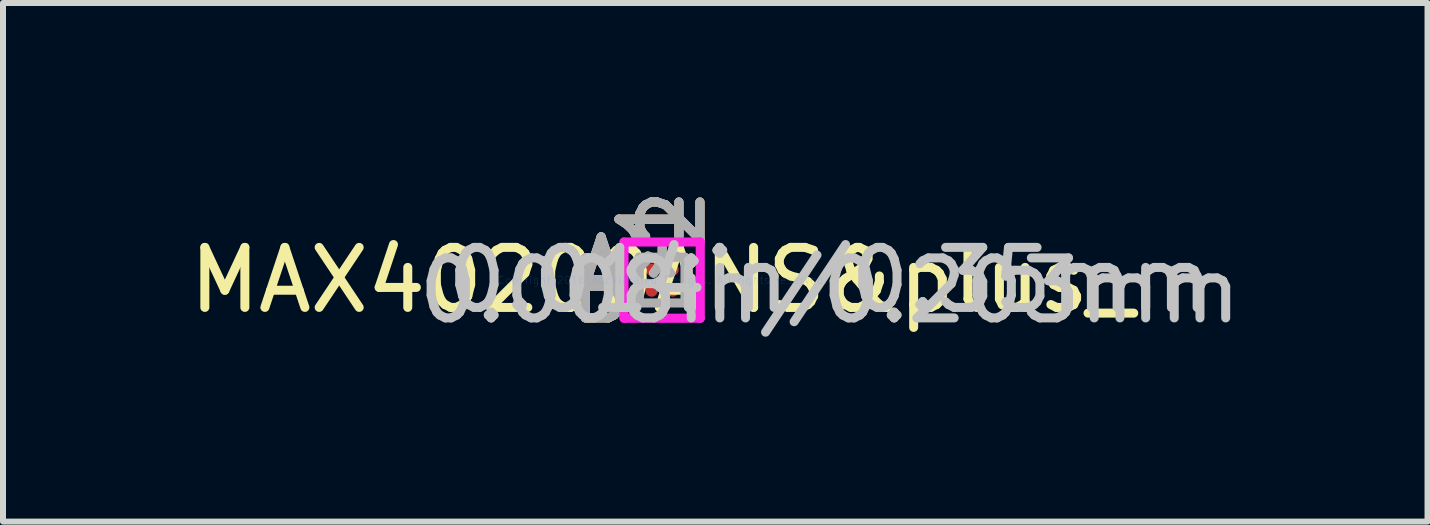
<source format=kicad_pcb>
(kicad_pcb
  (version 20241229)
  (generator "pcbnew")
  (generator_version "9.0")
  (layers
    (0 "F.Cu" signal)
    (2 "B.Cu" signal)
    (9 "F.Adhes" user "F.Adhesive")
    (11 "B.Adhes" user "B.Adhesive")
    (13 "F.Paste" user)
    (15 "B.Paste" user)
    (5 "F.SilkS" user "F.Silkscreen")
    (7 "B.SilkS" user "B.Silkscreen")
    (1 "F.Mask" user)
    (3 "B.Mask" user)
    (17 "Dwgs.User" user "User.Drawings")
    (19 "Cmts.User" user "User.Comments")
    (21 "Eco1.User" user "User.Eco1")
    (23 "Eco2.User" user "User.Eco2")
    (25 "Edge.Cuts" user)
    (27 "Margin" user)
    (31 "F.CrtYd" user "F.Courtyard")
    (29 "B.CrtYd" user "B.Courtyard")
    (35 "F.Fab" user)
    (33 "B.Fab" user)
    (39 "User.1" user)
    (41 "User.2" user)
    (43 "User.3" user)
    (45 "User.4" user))
  (footprint "MAX40200ANS&plus_"
    (layer "F.Cu")
    (at 7.982 1.617)
    (property "Reference" "MAX40200ANS&plus_" (at 0 0 0) (layer "F.SilkS") (effects (font (size 1 1) (thickness 0.15))))
    (attr through_hole)
    (fp_line (start -0.635 -0.635) (end 0.635 -0.635) (stroke (width 0.152) (type solid)) (layer "F.CrtYd"))
    (fp_line (start -0.635 0.635) (end -0.635 -0.635) (stroke (width 0.152) (type solid)) (layer "F.CrtYd"))
    (fp_line (start 0.635 -0.635) (end 0.635 0.635) (stroke (width 0.152) (type solid)) (layer "F.CrtYd"))
    (fp_line (start 0.635 0.635) (end -0.635 0.635) (stroke (width 0.152) (type solid)) (layer "F.CrtYd"))
    (fp_line (start -0.381 -0.381) (end -0.381 0.381) (stroke (width 0.152) (type solid)) (layer "F.Fab"))
    (fp_line (start -0.381 0.381) (end 0.381 0.381) (stroke (width 0.152) (type solid)) (layer "F.Fab"))
    (fp_line (start -0.206 -0.381) (end -0.381 -0.206) (stroke (width 0.152) (type solid)) (layer "F.Fab"))
    (fp_line (start 0.381 -0.381) (end -0.381 -0.381) (stroke (width 0.152) (type solid)) (layer "F.Fab"))
    (fp_line (start 0.381 0.381) (end 0.381 -0.381) (stroke (width 0.152) (type solid)) (layer "F.Fab"))
    (fp_text user "2" (at 0.175 -1.016 90) (layer "F.SilkS") (effects (font (size 1 1) (thickness 0.15))))
    (fp_text user "B" (at -1.016 0.175 0) (layer "F.SilkS") (effects (font (size 1 1) (thickness 0.15))))
    (fp_text user "*" (at 0 0 0) (layer "F.SilkS") (effects (font (size 1 1) (thickness 0.15))))
    (fp_text user "A" (at -1.016 -0.175 0) (layer "F.SilkS") (effects (font (size 1 1) (thickness 0.15))))
    (fp_text user "1" (at -0.175 -1.016 90) (layer "F.SilkS") (effects (font (size 1 1) (thickness 0.15))))
    (fp_text user "2" (at 0.175 -1.016 90) (layer "B.SilkS") (effects (font (size 1 1) (thickness 0.15))))
    (fp_text user "1" (at -0.175 -1.016 90) (layer "B.SilkS") (effects (font (size 1 1) (thickness 0.15))))
    (fp_text user "A" (at -1.016 -0.175 0) (layer "B.SilkS") (effects (font (size 1 1) (thickness 0.15))))
    (fp_text user "B" (at -1.016 0.175 0) (layer "B.SilkS") (effects (font (size 1 1) (thickness 0.15))))
    (fp_text user "0.008in/0.203mm" (at 2.794 0.175 0) (layer "Dwgs.User") (effects (font (size 1 1) (thickness 0.15))))
    (fp_text user "0.014in/0.35mm" (at 2.794 0 0) (layer "Dwgs.User") (effects (font (size 1 1) (thickness 0.15))))
    (fp_text user "Copyright 2016 Accelerated Designs. All rights reserved." (at 0 0 0) (layer "Cmts.User") (effects (font (size 0.127 0.127) (thickness 0.002))))
    (fp_text user "2" (at 0.175 -1.016 90) (layer "F.Fab") (effects (font (size 1 1) (thickness 0.15))))
    (fp_text user "B" (at -1.016 0.175 0) (layer "F.Fab") (effects (font (size 1 1) (thickness 0.15))))
    (fp_text user "*" (at 0 0 0) (layer "F.Fab") (effects (font (size 1 1) (thickness 0.15))))
    (fp_text user "A" (at -1.016 -0.175 0) (layer "F.Fab") (effects (font (size 1 1) (thickness 0.15))))
    (fp_text user "1" (at -0.175 -1.016 90) (layer "F.Fab") (effects (font (size 1 1) (thickness 0.15))))
    (pad "A1" smd circle (at -0.175 -0.175) (size 0.203 0.203) (layers "F.Cu" "F.Mask" "F.Paste"))
    (pad "A2" smd circle (at 0.175 -0.175) (size 0.203 0.203) (layers "F.Cu" "F.Mask" "F.Paste"))
    (pad "B1" smd circle (at -0.175 0.175) (size 0.203 0.203) (layers "F.Cu" "F.Mask" "F.Paste"))
    (pad "B2" smd circle (at 0.175 0.175) (size 0.203 0.203) (layers "F.Cu" "F.Mask" "F.Paste")))
  (gr_rect
    (start -3 -3)
    (end 20.734 5.64)
    (stroke (width 0.1) (type default))
    (fill no)
    (layer "Edge.Cuts")))
</source>
